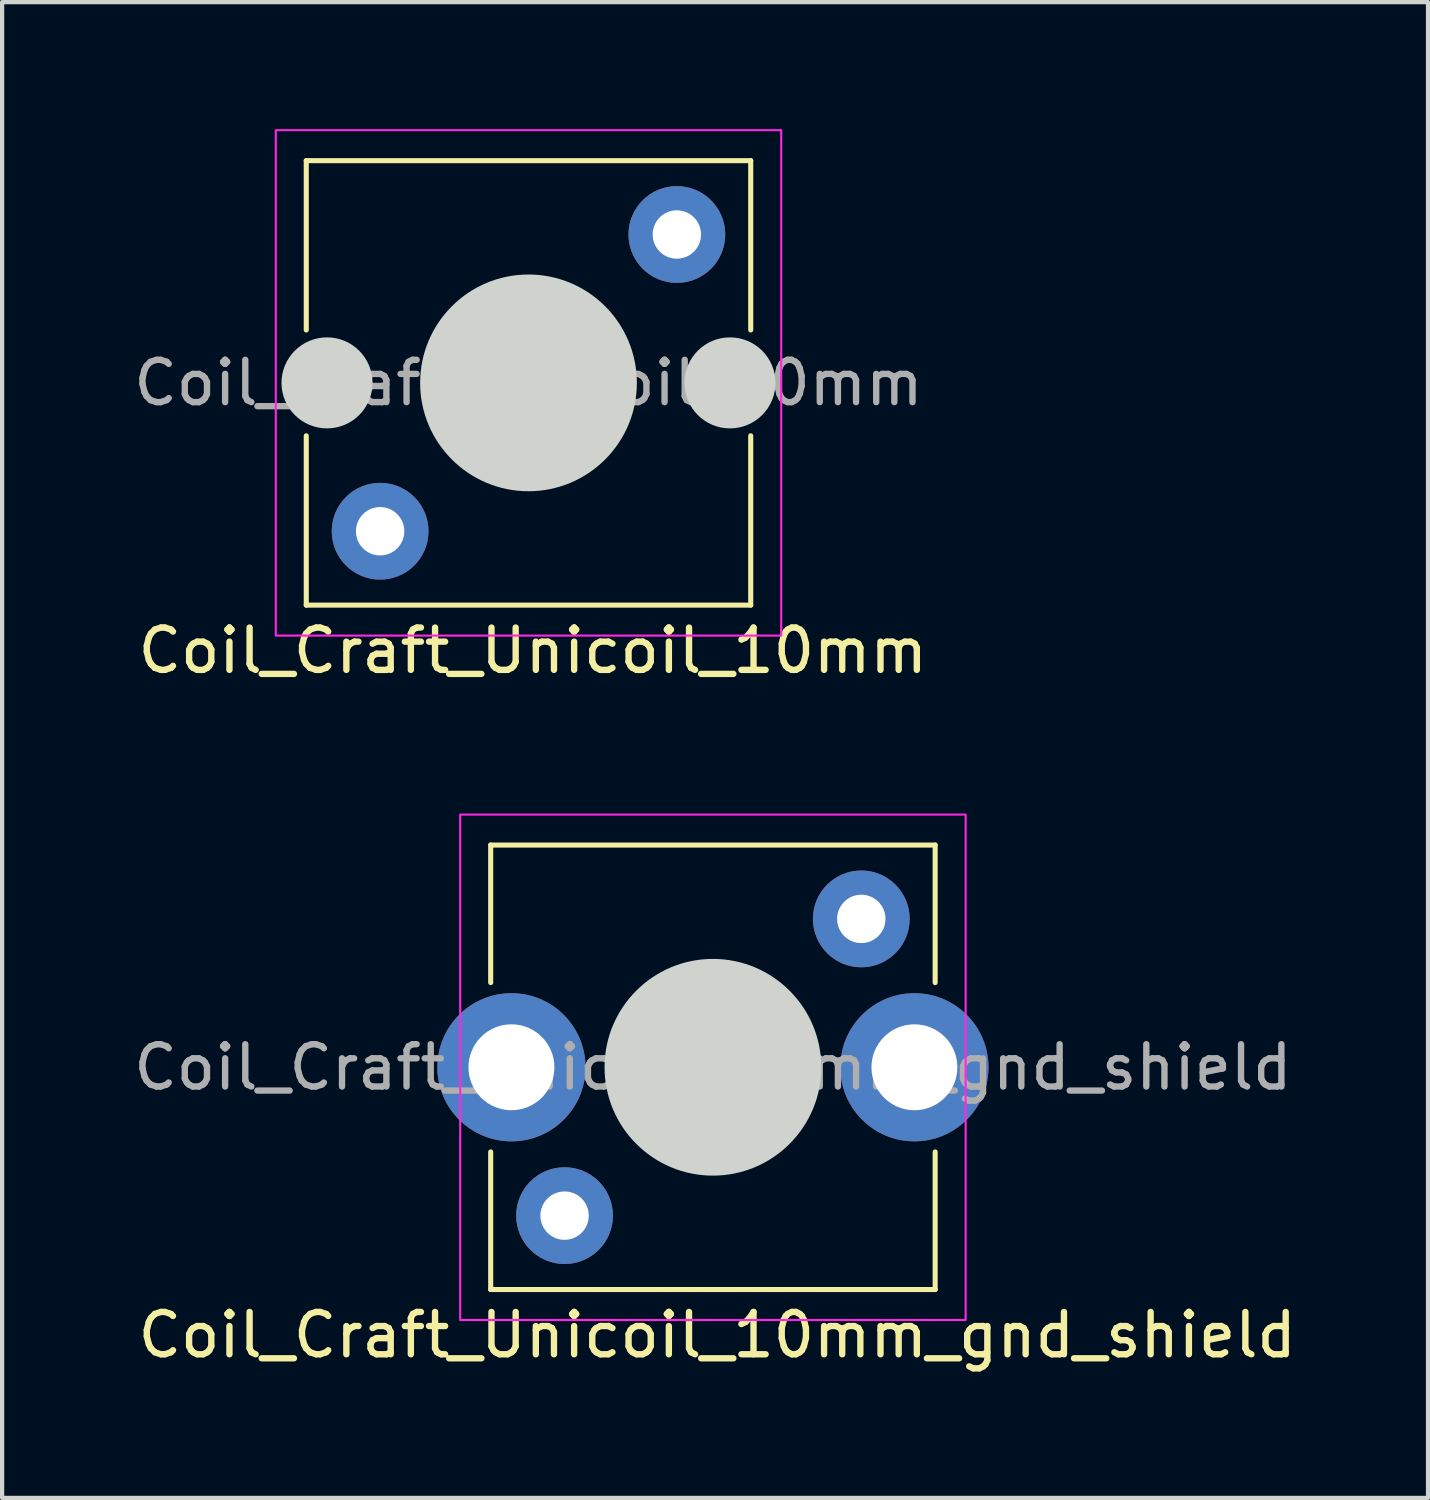
<source format=kicad_pcb>
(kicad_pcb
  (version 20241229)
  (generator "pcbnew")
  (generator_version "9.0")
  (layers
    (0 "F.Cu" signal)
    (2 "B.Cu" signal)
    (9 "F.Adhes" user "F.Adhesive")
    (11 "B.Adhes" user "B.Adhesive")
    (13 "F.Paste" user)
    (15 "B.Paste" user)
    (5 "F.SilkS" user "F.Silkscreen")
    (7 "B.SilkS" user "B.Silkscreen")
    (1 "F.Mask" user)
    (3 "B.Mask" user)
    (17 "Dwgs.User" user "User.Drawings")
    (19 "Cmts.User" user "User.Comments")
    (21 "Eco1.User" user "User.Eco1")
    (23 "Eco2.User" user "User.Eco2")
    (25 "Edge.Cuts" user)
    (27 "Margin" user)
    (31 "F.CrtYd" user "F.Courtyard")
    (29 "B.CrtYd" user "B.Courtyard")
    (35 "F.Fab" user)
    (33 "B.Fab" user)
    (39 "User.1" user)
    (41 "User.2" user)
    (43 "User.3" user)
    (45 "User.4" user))
  (footprint "Coil_Craft_Unicoil_10mm_gnd_shield"
    (layer "F.Cu")
    (at 13.792 22.163)
    (property "Reference" "Coil_Craft_Unicoil_10mm_gnd_shield" (at 0.102 6.325 0) (unlocked yes) (layer "F.SilkS") (effects (font (size 1 1) (thickness 0.15))))
    (attr through_hole)
    (fp_line (start -5.25 -5.25) (end 5.25 -5.25) (stroke (width 0.12) (type solid)) (layer "F.SilkS"))
    (fp_line (start -5.25 -2) (end -5.25 -5.25) (stroke (width 0.12) (type solid)) (layer "F.SilkS"))
    (fp_line (start -5.25 2) (end -5.25 5.25) (stroke (width 0.12) (type solid)) (layer "F.SilkS"))
    (fp_line (start -5.25 5.25) (end 5.25 5.25) (stroke (width 0.12) (type solid)) (layer "F.SilkS"))
    (fp_line (start 5.25 -5.25) (end 5.25 -2) (stroke (width 0.12) (type solid)) (layer "F.SilkS"))
    (fp_line (start 5.25 5.25) (end 5.25 2) (stroke (width 0.12) (type solid)) (layer "F.SilkS"))
    (fp_circle (center 0 0) (end 2.5 0) (stroke (width 0.12) (type solid)) (fill yes) (layer "Edge.Cuts"))
    (fp_rect (start -5.97 5.97) (end 5.97 -5.97) (stroke (width 0.05) (type solid)) (fill no) (layer "F.CrtYd"))
    (fp_text user "${REFERENCE}" (at 0 0 0) (unlocked yes) (layer "F.Fab") (effects (font (size 1 1) (thickness 0.15))))
    (pad "1" thru_hole circle (at 3.505 -3.505) (size 2.286 2.286) (drill 1.143) (layers "*.Cu" "*.Mask"))
    (pad "2" thru_hole circle (at -3.505 3.505) (size 2.286 2.286) (drill 1.143) (layers "*.Cu" "*.Mask"))
    (pad "GND" thru_hole circle (at -4.76 0) (size 3.5 3.5) (drill 2.03) (layers "*.Cu" "*.Mask"))
    (pad "GND" thru_hole circle (at 4.76 0) (size 3.5 3.5) (drill 2.03) (layers "*.Cu" "*.Mask")))
  (footprint "Coil_Craft_Unicoil_10mm"
    (layer "F.Cu")
    (at 9.435 5.995)
    (property "Reference" "Coil_Craft_Unicoil_10mm" (at 0.102 6.325 0) (unlocked yes) (layer "F.SilkS") (effects (font (size 1 1) (thickness 0.15))))
    (attr through_hole)
    (fp_line (start -5.25 -5.25) (end 5.25 -5.25) (stroke (width 0.12) (type solid)) (layer "F.SilkS"))
    (fp_line (start -5.25 -1.25) (end -5.25 -5.25) (stroke (width 0.12) (type solid)) (layer "F.SilkS"))
    (fp_line (start -5.25 1.25) (end -5.25 5.25) (stroke (width 0.12) (type solid)) (layer "F.SilkS"))
    (fp_line (start -5.25 5.25) (end 5.25 5.25) (stroke (width 0.12) (type solid)) (layer "F.SilkS"))
    (fp_line (start 5.25 -5.25) (end 5.25 -1.25) (stroke (width 0.12) (type solid)) (layer "F.SilkS"))
    (fp_line (start 5.25 5.25) (end 5.25 1.25) (stroke (width 0.12) (type solid)) (layer "F.SilkS"))
    (fp_circle (center -4.76 0) (end -3.745 0) (stroke (width 0.12) (type solid)) (fill yes) (layer "Edge.Cuts"))
    (fp_circle (center 0 0) (end 2.5 0) (stroke (width 0.12) (type solid)) (fill yes) (layer "Edge.Cuts"))
    (fp_circle (center 4.76 0) (end 5.775 0) (stroke (width 0.12) (type solid)) (fill yes) (layer "Edge.Cuts"))
    (fp_rect (start -5.97 5.97) (end 5.97 -5.97) (stroke (width 0.05) (type solid)) (fill no) (layer "F.CrtYd"))
    (fp_text user "${REFERENCE}" (at 0 0 0) (unlocked yes) (layer "F.Fab") (effects (font (size 1 1) (thickness 0.15))))
    (pad "1" thru_hole circle (at 3.505 -3.505) (size 2.286 2.286) (drill 1.143) (layers "*.Cu" "*.Mask"))
    (pad "2" thru_hole circle (at -3.505 3.505) (size 2.286 2.286) (drill 1.143) (layers "*.Cu" "*.Mask")))
  (gr_rect
    (start -3 -3)
    (end 30.685 32.336)
    (stroke (width 0.1) (type default))
    (fill no)
    (layer "Edge.Cuts")))
</source>
